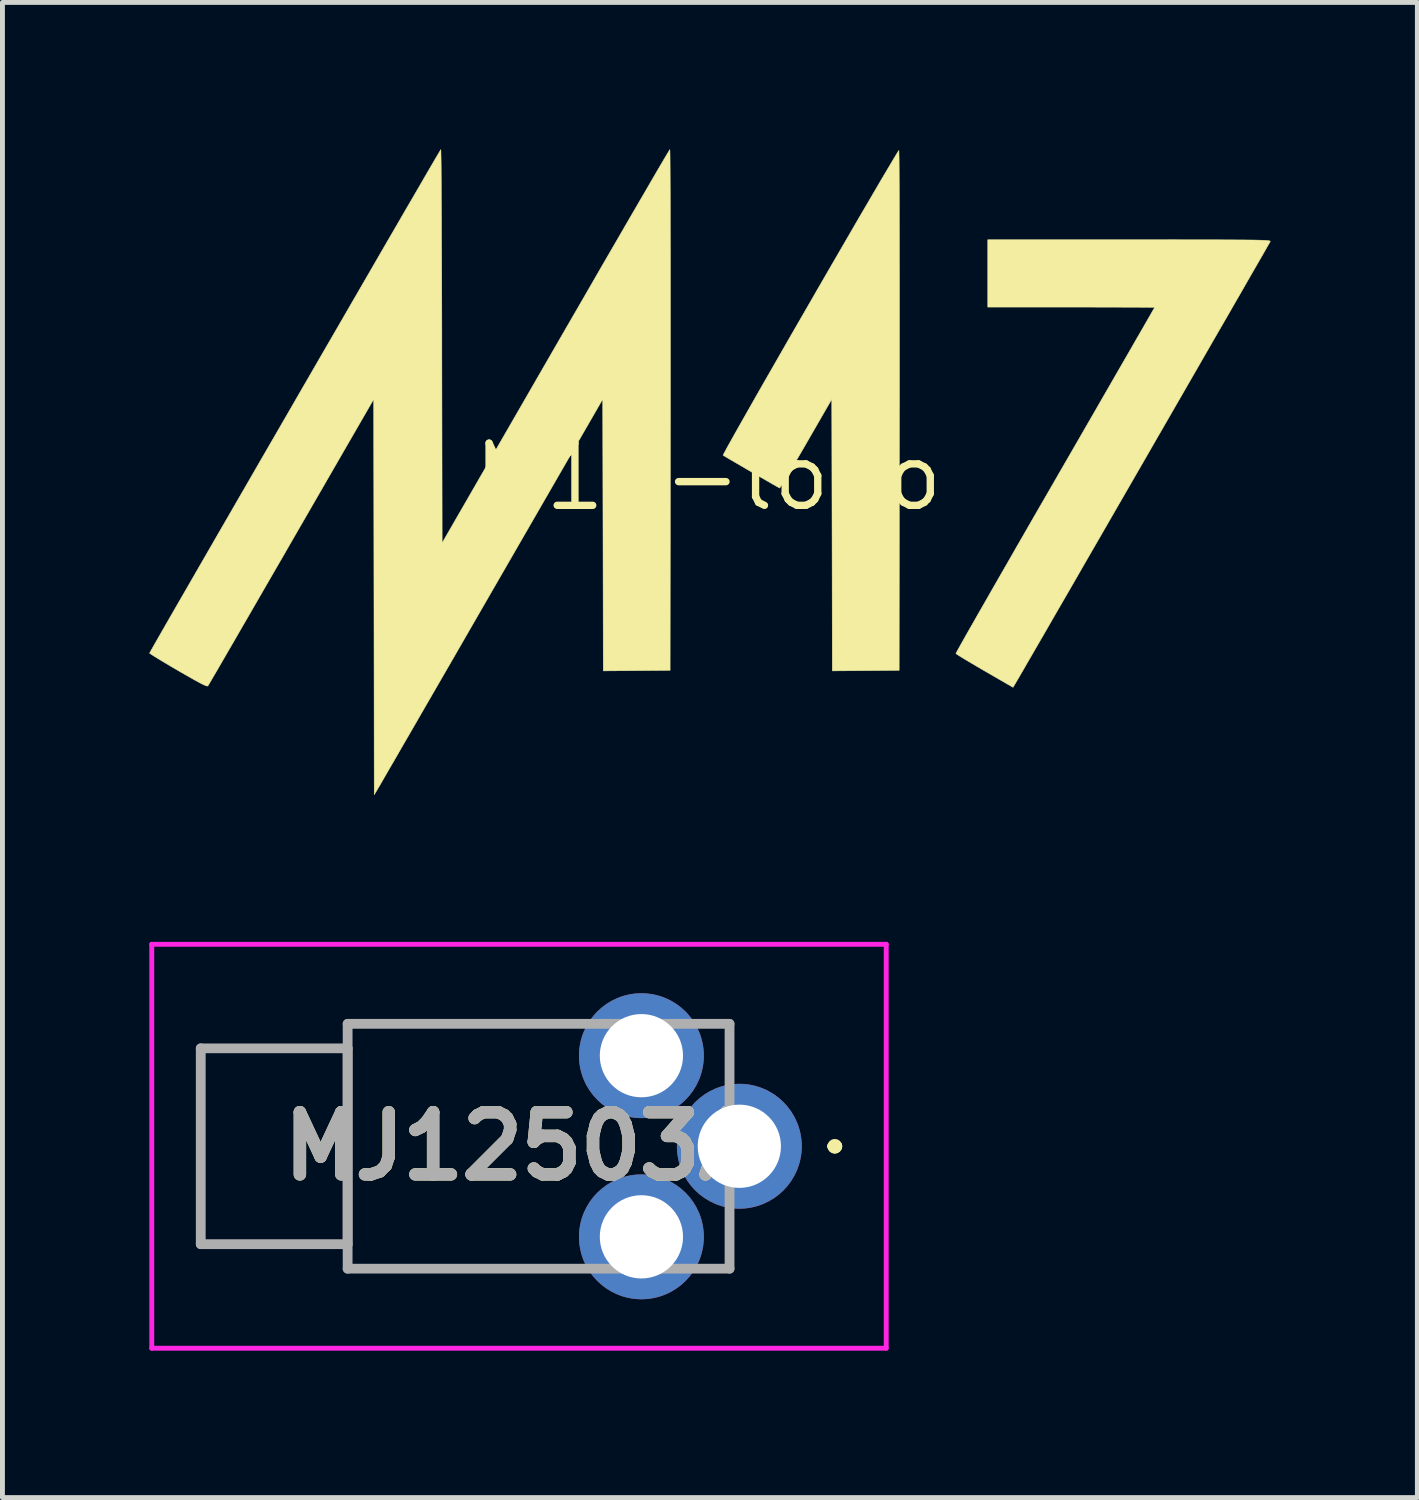
<source format=kicad_pcb>
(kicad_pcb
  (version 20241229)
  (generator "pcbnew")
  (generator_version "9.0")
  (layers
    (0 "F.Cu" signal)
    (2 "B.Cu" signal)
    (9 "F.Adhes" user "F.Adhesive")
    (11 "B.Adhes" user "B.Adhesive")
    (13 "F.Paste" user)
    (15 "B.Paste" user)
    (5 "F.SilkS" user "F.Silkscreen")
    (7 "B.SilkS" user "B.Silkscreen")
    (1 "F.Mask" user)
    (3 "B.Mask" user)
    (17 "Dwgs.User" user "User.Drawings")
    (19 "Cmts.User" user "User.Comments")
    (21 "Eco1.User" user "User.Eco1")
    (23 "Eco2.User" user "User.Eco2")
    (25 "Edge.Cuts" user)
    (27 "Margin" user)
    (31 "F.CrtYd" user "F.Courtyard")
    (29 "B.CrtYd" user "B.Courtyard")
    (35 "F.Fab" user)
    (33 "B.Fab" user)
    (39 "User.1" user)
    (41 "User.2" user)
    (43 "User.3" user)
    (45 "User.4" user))
  (footprint "M17-logo"
    (layer "F.Cu")
    (at 11.414 6.691)
    (property "Reference" "M17-logo" (at 0 0 0) (layer "F.SilkS") (effects (font (size 1.27 1.27) (thickness 0.15))))
    (attr through_hole)
    (fp_poly (pts (xy 3.896 -6.646) (xy 3.897 -6.583) (xy 3.899 -6.481) (xy 3.9 -6.343) (xy 3.901 -6.169) (xy 3.902 -5.962) (xy 3.903 -5.724) (xy 3.904 -5.455) (xy 3.904 -5.159) (xy 3.905 -4.837) (xy 3.905 -4.49) (xy 3.906 -4.121) (xy 3.906 -3.731) (xy 3.906 -3.322) (xy 3.906 -2.896) (xy 3.906 -2.454) (xy 3.906 -1.999) (xy 3.906 -1.532) (xy 3.905 -1.351) (xy 3.9 3.95) (xy 3.217 3.956) (xy 2.535 3.961) (xy 2.53 1.187) (xy 2.524 -1.588) (xy 1.998 -0.676) (xy 1.895 -0.498) (xy 1.797 -0.331) (xy 1.708 -0.179) (xy 1.63 -0.046) (xy 1.563 0.064) (xy 1.512 0.149) (xy 1.476 0.204) (xy 1.459 0.227) (xy 1.459 0.227) (xy 1.386 0.186) (xy 1.291 0.132) (xy 1.18 0.068) (xy 1.057 -0.003) (xy 0.928 -0.077) (xy 0.799 -0.152) (xy 0.674 -0.225) (xy 0.559 -0.292) (xy 0.459 -0.35) (xy 0.38 -0.397) (xy 0.327 -0.429) (xy 0.305 -0.443) (xy 0.305 -0.443) (xy 0.313 -0.463) (xy 0.342 -0.517) (xy 0.389 -0.605) (xy 0.455 -0.723) (xy 0.537 -0.87) (xy 0.636 -1.045) (xy 0.749 -1.245) (xy 0.876 -1.468) (xy 1.015 -1.713) (xy 1.166 -1.977) (xy 1.328 -2.259) (xy 1.498 -2.556) (xy 1.677 -2.868) (xy 1.864 -3.192) (xy 2.056 -3.525) (xy 2.083 -3.571) (xy 2.276 -3.906) (xy 2.464 -4.231) (xy 2.645 -4.543) (xy 2.818 -4.841) (xy 2.982 -5.124) (xy 3.136 -5.389) (xy 3.28 -5.634) (xy 3.411 -5.858) (xy 3.528 -6.059) (xy 3.632 -6.234) (xy 3.72 -6.382) (xy 3.791 -6.502) (xy 3.844 -6.59) (xy 3.879 -6.646) (xy 3.894 -6.668) (xy 3.895 -6.668) (xy 3.896 -6.646)) (stroke (width 0.01) (type solid)) (fill yes) (layer "F.SilkS"))
    (fp_poly (pts (xy 9.01 -4.845) (xy 9.378 -4.845) (xy 9.708 -4.844) (xy 10.002 -4.844) (xy 10.262 -4.844) (xy 10.489 -4.843) (xy 10.687 -4.842) (xy 10.857 -4.841) (xy 11.001 -4.84) (xy 11.122 -4.839) (xy 11.221 -4.837) (xy 11.3 -4.835) (xy 11.361 -4.832) (xy 11.408 -4.829) (xy 11.44 -4.826) (xy 11.462 -4.822) (xy 11.474 -4.818) (xy 11.479 -4.814) (xy 11.479 -4.809) (xy 11.479 -4.809) (xy 11.468 -4.788) (xy 11.436 -4.733) (xy 11.386 -4.645) (xy 11.318 -4.526) (xy 11.233 -4.379) (xy 11.132 -4.204) (xy 11.017 -4.004) (xy 10.889 -3.78) (xy 10.748 -3.536) (xy 10.596 -3.271) (xy 10.433 -2.99) (xy 10.262 -2.693) (xy 10.083 -2.382) (xy 9.897 -2.059) (xy 9.705 -1.726) (xy 9.509 -1.386) (xy 9.309 -1.039) (xy 9.107 -0.689) (xy 8.904 -0.336) (xy 8.7 0.017) (xy 8.497 0.369) (xy 8.296 0.717) (xy 8.099 1.059) (xy 7.905 1.395) (xy 7.717 1.72) (xy 7.536 2.035) (xy 7.362 2.337) (xy 7.196 2.623) (xy 7.04 2.893) (xy 6.896 3.144) (xy 6.763 3.373) (xy 6.643 3.581) (xy 6.537 3.763) (xy 6.447 3.92) (xy 6.373 4.047) (xy 6.316 4.145) (xy 6.278 4.21) (xy 6.261 4.24) (xy 6.226 4.297) (xy 5.646 3.962) (xy 5.504 3.879) (xy 5.374 3.802) (xy 5.26 3.735) (xy 5.168 3.679) (xy 5.101 3.637) (xy 5.065 3.612) (xy 5.059 3.606) (xy 5.069 3.586) (xy 5.099 3.531) (xy 5.148 3.443) (xy 5.215 3.324) (xy 5.299 3.175) (xy 5.4 2.999) (xy 5.515 2.796) (xy 5.645 2.57) (xy 5.787 2.321) (xy 5.942 2.051) (xy 6.108 1.763) (xy 6.283 1.457) (xy 6.468 1.136) (xy 6.66 0.802) (xy 6.86 0.456) (xy 7.065 0.101) (xy 7.085 0.066) (xy 7.291 -0.291) (xy 7.491 -0.637) (xy 7.684 -0.972) (xy 7.87 -1.294) (xy 8.046 -1.6) (xy 8.213 -1.89) (xy 8.369 -2.161) (xy 8.514 -2.411) (xy 8.645 -2.639) (xy 8.762 -2.843) (xy 8.865 -3.021) (xy 8.951 -3.171) (xy 9.021 -3.292) (xy 9.072 -3.382) (xy 9.105 -3.439) (xy 9.117 -3.462) (xy 9.118 -3.462) (xy 9.097 -3.463) (xy 9.037 -3.464) (xy 8.941 -3.465) (xy 8.813 -3.466) (xy 8.654 -3.467) (xy 8.469 -3.467) (xy 8.261 -3.468) (xy 8.032 -3.468) (xy 7.787 -3.469) (xy 7.527 -3.469) (xy 7.414 -3.469) (xy 5.71 -3.469) (xy 5.71 -4.845) (xy 8.601 -4.845) (xy 9.01 -4.845)) (stroke (width 0.01) (type solid)) (fill yes) (layer "F.SilkS"))
    (fp_poly (pts (xy -0.782 -6.665) (xy -0.78 -6.604) (xy -0.779 -6.503) (xy -0.778 -6.366) (xy -0.777 -6.194) (xy -0.776 -5.988) (xy -0.775 -5.751) (xy -0.774 -5.484) (xy -0.774 -5.189) (xy -0.773 -4.867) (xy -0.772 -4.522) (xy -0.772 -4.153) (xy -0.772 -3.764) (xy -0.772 -3.355) (xy -0.772 -2.929) (xy -0.772 -2.488) (xy -0.772 -2.033) (xy -0.772 -1.566) (xy -0.772 -1.368) (xy -0.778 3.95) (xy -1.46 3.956) (xy -2.143 3.961) (xy -2.148 1.187) (xy -2.154 -1.588) (xy -4.418 2.335) (xy -4.636 2.713) (xy -4.849 3.082) (xy -5.056 3.441) (xy -5.256 3.788) (xy -5.448 4.12) (xy -5.631 4.437) (xy -5.804 4.735) (xy -5.965 5.015) (xy -6.115 5.274) (xy -6.251 5.509) (xy -6.373 5.721) (xy -6.48 5.905) (xy -6.571 6.062) (xy -6.644 6.189) (xy -6.699 6.285) (xy -6.736 6.347) (xy -6.751 6.374) (xy -6.821 6.49) (xy -6.826 2.451) (xy -6.832 -1.587) (xy -8.514 1.326) (xy -8.701 1.651) (xy -8.883 1.965) (xy -9.058 2.268) (xy -9.225 2.557) (xy -9.383 2.831) (xy -9.531 3.086) (xy -9.667 3.322) (xy -9.792 3.537) (xy -9.902 3.727) (xy -9.998 3.893) (xy -10.078 4.03) (xy -10.141 4.138) (xy -10.186 4.215) (xy -10.212 4.258) (xy -10.218 4.268) (xy -10.232 4.271) (xy -10.262 4.263) (xy -10.312 4.241) (xy -10.384 4.204) (xy -10.482 4.151) (xy -10.609 4.079) (xy -10.769 3.988) (xy -10.827 3.954) (xy -10.969 3.871) (xy -11.099 3.794) (xy -11.212 3.726) (xy -11.303 3.67) (xy -11.368 3.628) (xy -11.404 3.604) (xy -11.409 3.598) (xy -11.397 3.576) (xy -11.365 3.519) (xy -11.314 3.429) (xy -11.245 3.308) (xy -11.159 3.158) (xy -11.057 2.98) (xy -10.94 2.777) (xy -10.809 2.55) (xy -10.665 2.3) (xy -10.509 2.03) (xy -10.343 1.742) (xy -10.167 1.437) (xy -9.982 1.116) (xy -9.789 0.783) (xy -9.59 0.438) (xy -9.385 0.084) (xy -9.176 -0.279) (xy -8.963 -0.647) (xy -8.747 -1.02) (xy -8.53 -1.395) (xy -8.313 -1.771) (xy -8.096 -2.146) (xy -7.881 -2.518) (xy -7.668 -2.885) (xy -7.459 -3.246) (xy -7.255 -3.599) (xy -7.056 -3.942) (xy -6.865 -4.272) (xy -6.681 -4.59) (xy -6.506 -4.892) (xy -6.341 -5.176) (xy -6.187 -5.442) (xy -6.044 -5.687) (xy -5.915 -5.909) (xy -5.8 -6.108) (xy -5.7 -6.28) (xy -5.616 -6.424) (xy -5.549 -6.538) (xy -5.5 -6.621) (xy -5.47 -6.671) (xy -5.461 -6.686) (xy -5.459 -6.665) (xy -5.458 -6.604) (xy -5.456 -6.505) (xy -5.454 -6.369) (xy -5.453 -6.2) (xy -5.451 -5.998) (xy -5.45 -5.767) (xy -5.448 -5.507) (xy -5.447 -5.222) (xy -5.446 -4.912) (xy -5.444 -4.581) (xy -5.443 -4.231) (xy -5.442 -3.862) (xy -5.441 -3.478) (xy -5.44 -3.081) (xy -5.44 -2.672) (xy -5.44 -2.669) (xy -5.434 1.348) (xy -3.117 -2.669) (xy -2.897 -3.05) (xy -2.682 -3.421) (xy -2.474 -3.781) (xy -2.274 -4.128) (xy -2.082 -4.46) (xy -1.899 -4.775) (xy -1.727 -5.072) (xy -1.566 -5.35) (xy -1.417 -5.606) (xy -1.281 -5.839) (xy -1.16 -6.048) (xy -1.054 -6.23) (xy -0.964 -6.383) (xy -0.891 -6.508) (xy -0.836 -6.6) (xy -0.8 -6.66) (xy -0.784 -6.685) (xy -0.783 -6.686) (xy -0.782 -6.665)) (stroke (width 0.01) (type solid)) (fill yes) (layer "F.SilkS")))
  (footprint "MJ12503A"
    (layer "F.Cu")
    (at 12.05 20.361)
    (property "Reference" "MJ12503A" (at -4.5 0 0) (layer "F.SilkS") (effects (font (size 1.27 1.27) (thickness 0.254))))
    (attr through_hole)
    (fp_line (start -8 -2.5) (end -8 -2.5) (stroke (width 0.1) (type solid)) (layer "F.SilkS"))
    (fp_line (start -8 -2.5) (end -8 -2.5) (stroke (width 0.1) (type solid)) (layer "F.SilkS"))
    (fp_line (start -8 -2.5) (end -8 2.5) (stroke (width 0.1) (type solid)) (layer "F.SilkS"))
    (fp_line (start -8 -2.5) (end -4 -2.5) (stroke (width 0.1) (type solid)) (layer "F.SilkS"))
    (fp_line (start -8 2.5) (end -8 -2.5) (stroke (width 0.1) (type solid)) (layer "F.SilkS"))
    (fp_line (start -8 2.5) (end -8 2.5) (stroke (width 0.1) (type solid)) (layer "F.SilkS"))
    (fp_line (start -8 2.5) (end -8 2.5) (stroke (width 0.1) (type solid)) (layer "F.SilkS"))
    (fp_line (start -8 2.5) (end -4 2.5) (stroke (width 0.1) (type solid)) (layer "F.SilkS"))
    (fp_line (start -4 -2.5) (end -8 -2.5) (stroke (width 0.1) (type solid)) (layer "F.SilkS"))
    (fp_line (start -4 -2.5) (end -4 -2.5) (stroke (width 0.1) (type solid)) (layer "F.SilkS"))
    (fp_line (start -4 2.5) (end -8 2.5) (stroke (width 0.1) (type solid)) (layer "F.SilkS"))
    (fp_line (start -4 2.5) (end -4 2.5) (stroke (width 0.1) (type solid)) (layer "F.SilkS"))
    (fp_line (start 1.9 0) (end 1.9 0) (stroke (width 0.2) (type solid)) (layer "F.SilkS"))
    (fp_line (start 1.9 0) (end 1.9 0) (stroke (width 0.2) (type solid)) (layer "F.SilkS"))
    (fp_line (start 2 0) (end 2 0) (stroke (width 0.2) (type solid)) (layer "F.SilkS"))
    (fp_arc (start 1.9 0) (mid 1.95 -0.05) (end 2 0) (stroke (width 0.2) (type solid)) (layer "F.SilkS"))
    (fp_arc (start 2 0) (mid 1.95 0.05) (end 1.9 0) (stroke (width 0.2) (type solid)) (layer "F.SilkS"))
    (fp_arc (start 2 0) (mid 1.95 0.05) (end 1.9 0) (stroke (width 0.2) (type solid)) (layer "F.SilkS"))
    (fp_line (start -12 -4.125) (end 3 -4.125) (stroke (width 0.1) (type solid)) (layer "F.CrtYd"))
    (fp_line (start -12 4.125) (end -12 -4.125) (stroke (width 0.1) (type solid)) (layer "F.CrtYd"))
    (fp_line (start 3 -4.125) (end 3 4.125) (stroke (width 0.1) (type solid)) (layer "F.CrtYd"))
    (fp_line (start 3 4.125) (end -12 4.125) (stroke (width 0.1) (type solid)) (layer "F.CrtYd"))
    (fp_line (start -11 -2) (end -8 -2) (stroke (width 0.2) (type solid)) (layer "F.Fab"))
    (fp_line (start -11 2) (end -11 -2) (stroke (width 0.2) (type solid)) (layer "F.Fab"))
    (fp_line (start -8 -2.5) (end -8 2.5) (stroke (width 0.2) (type solid)) (layer "F.Fab"))
    (fp_line (start -8 -2) (end -8 2) (stroke (width 0.2) (type solid)) (layer "F.Fab"))
    (fp_line (start -8 2) (end -11 2) (stroke (width 0.2) (type solid)) (layer "F.Fab"))
    (fp_line (start -8 2.5) (end -0.2 2.5) (stroke (width 0.2) (type solid)) (layer "F.Fab"))
    (fp_line (start -0.2 -2.5) (end -8 -2.5) (stroke (width 0.2) (type solid)) (layer "F.Fab"))
    (fp_line (start -0.2 2.5) (end -0.2 -2.5) (stroke (width 0.2) (type solid)) (layer "F.Fab"))
    (fp_text user "${REFERENCE}" (at -4.5 0 0) (layer "F.Fab") (effects (font (size 1.27 1.27) (thickness 0.254))))
    (pad "" np_thru_hole circle (at -4.5 0) (size 0.001 0.001) (drill 1.2) (layers "*.Cu" "*.Mask"))
    (pad "1" thru_hole circle (at 0 0) (size 2.55 2.55) (drill 1.7) (layers "*.Cu" "*.Mask"))
    (pad "2" thru_hole circle (at -2 1.85) (size 2.55 2.55) (drill 1.7) (layers "*.Cu" "*.Mask"))
    (pad "3" thru_hole circle (at -2 -1.85) (size 2.55 2.55) (drill 1.7) (layers "*.Cu" "*.Mask")))
  (gr_rect
    (start -3 -3)
    (end 25.898 27.536)
    (stroke (width 0.1) (type default))
    (fill no)
    (layer "Edge.Cuts")))
</source>
